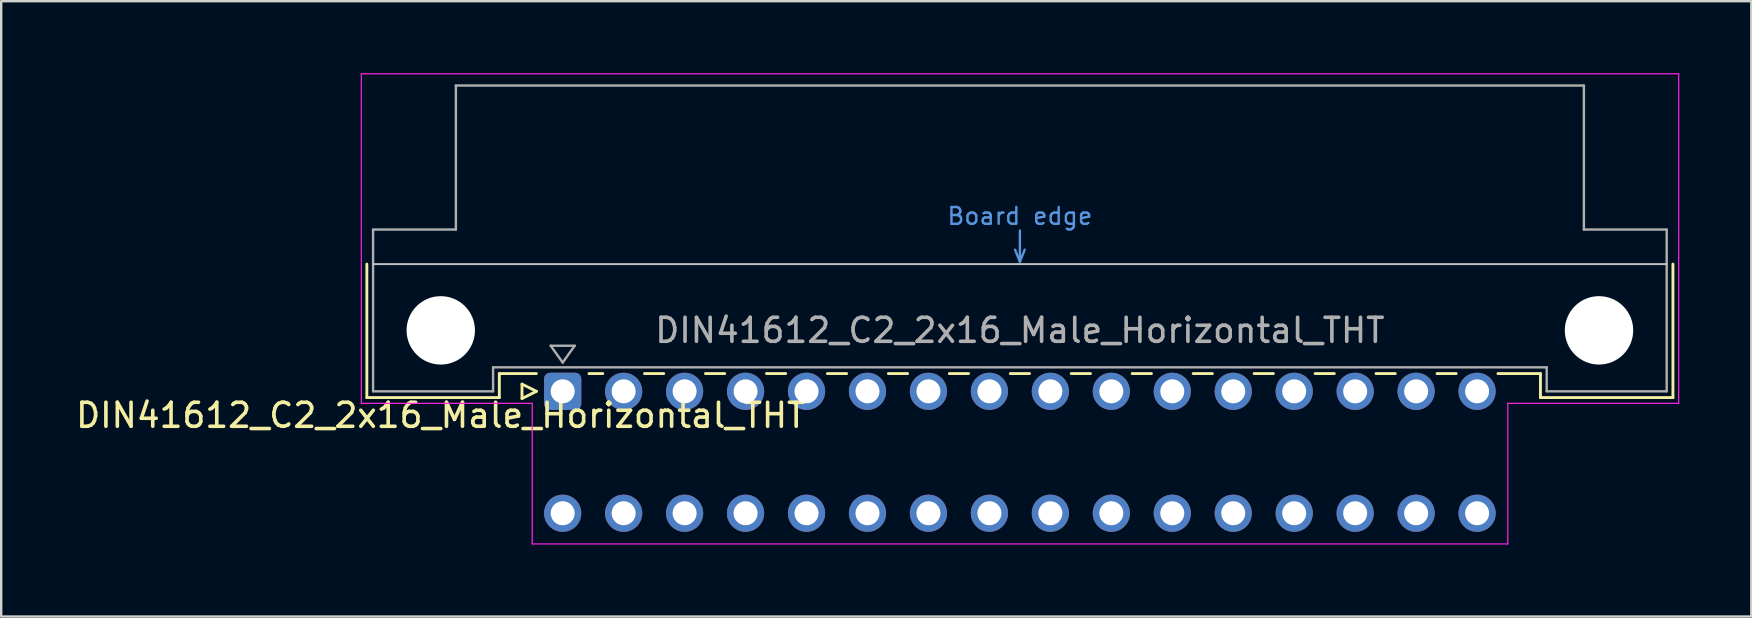
<source format=kicad_pcb>
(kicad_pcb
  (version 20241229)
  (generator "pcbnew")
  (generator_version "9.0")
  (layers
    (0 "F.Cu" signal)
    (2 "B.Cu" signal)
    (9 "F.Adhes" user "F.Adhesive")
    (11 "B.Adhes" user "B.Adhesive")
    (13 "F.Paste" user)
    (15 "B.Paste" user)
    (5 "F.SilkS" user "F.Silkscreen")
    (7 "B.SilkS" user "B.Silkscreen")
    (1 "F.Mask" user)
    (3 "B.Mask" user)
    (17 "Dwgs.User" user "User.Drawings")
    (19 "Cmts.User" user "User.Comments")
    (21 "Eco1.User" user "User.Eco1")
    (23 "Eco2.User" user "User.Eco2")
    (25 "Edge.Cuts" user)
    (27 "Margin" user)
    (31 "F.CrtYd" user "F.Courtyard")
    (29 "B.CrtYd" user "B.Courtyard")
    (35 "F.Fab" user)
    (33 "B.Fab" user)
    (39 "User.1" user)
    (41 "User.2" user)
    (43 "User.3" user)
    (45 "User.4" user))
  (footprint "DIN41612_C2_2x16_Male_Horizontal_THT"
    (layer "F.Cu")
    (at 20.395 13.255)
    (property "Reference" "DIN41612_C2_2x16_Male_Horizontal_THT" (at -5.08 1 0) (layer "F.SilkS") (effects (font (size 1 1) (thickness 0.15))))
    (attr through_hole)
    (fp_line (start -8.16 -5.3) (end -8.16 0.26) (stroke (width 0.12) (type solid)) (layer "F.SilkS"))
    (fp_line (start -8.16 0.26) (end -2.64 0.26) (stroke (width 0.12) (type solid)) (layer "F.SilkS"))
    (fp_line (start -2.64 -0.74) (end -1.095 -0.74) (stroke (width 0.12) (type solid)) (layer "F.SilkS"))
    (fp_line (start -2.64 0.26) (end -2.64 -0.74) (stroke (width 0.12) (type solid)) (layer "F.SilkS"))
    (fp_line (start -1.695 -0.3) (end -1.695 0.3) (stroke (width 0.12) (type solid)) (layer "F.SilkS"))
    (fp_line (start -1.695 0.3) (end -1.095 0) (stroke (width 0.12) (type solid)) (layer "F.SilkS"))
    (fp_line (start -1.095 0) (end -1.695 -0.3) (stroke (width 0.12) (type solid)) (layer "F.SilkS"))
    (fp_line (start 1.095 -0.74) (end 1.671 -0.74) (stroke (width 0.12) (type solid)) (layer "F.SilkS"))
    (fp_line (start 3.41 -0.74) (end 4.211 -0.74) (stroke (width 0.12) (type solid)) (layer "F.SilkS"))
    (fp_line (start 5.95 -0.74) (end 6.751 -0.74) (stroke (width 0.12) (type solid)) (layer "F.SilkS"))
    (fp_line (start 8.49 -0.74) (end 9.291 -0.74) (stroke (width 0.12) (type solid)) (layer "F.SilkS"))
    (fp_line (start 11.03 -0.74) (end 11.831 -0.74) (stroke (width 0.12) (type solid)) (layer "F.SilkS"))
    (fp_line (start 13.57 -0.74) (end 14.371 -0.74) (stroke (width 0.12) (type solid)) (layer "F.SilkS"))
    (fp_line (start 16.11 -0.74) (end 16.911 -0.74) (stroke (width 0.12) (type solid)) (layer "F.SilkS"))
    (fp_line (start 18.65 -0.74) (end 19.451 -0.74) (stroke (width 0.12) (type solid)) (layer "F.SilkS"))
    (fp_line (start 21.19 -0.74) (end 21.991 -0.74) (stroke (width 0.12) (type solid)) (layer "F.SilkS"))
    (fp_line (start 23.73 -0.74) (end 24.531 -0.74) (stroke (width 0.12) (type solid)) (layer "F.SilkS"))
    (fp_line (start 26.27 -0.74) (end 27.071 -0.74) (stroke (width 0.12) (type solid)) (layer "F.SilkS"))
    (fp_line (start 28.81 -0.74) (end 29.611 -0.74) (stroke (width 0.12) (type solid)) (layer "F.SilkS"))
    (fp_line (start 31.35 -0.74) (end 32.151 -0.74) (stroke (width 0.12) (type solid)) (layer "F.SilkS"))
    (fp_line (start 33.89 -0.74) (end 34.691 -0.74) (stroke (width 0.12) (type solid)) (layer "F.SilkS"))
    (fp_line (start 36.43 -0.74) (end 37.231 -0.74) (stroke (width 0.12) (type solid)) (layer "F.SilkS"))
    (fp_line (start 38.97 -0.74) (end 40.74 -0.74) (stroke (width 0.12) (type solid)) (layer "F.SilkS"))
    (fp_line (start 40.74 0.26) (end 40.74 -0.74) (stroke (width 0.12) (type solid)) (layer "F.SilkS"))
    (fp_line (start 46.26 -5.3) (end 46.26 0.26) (stroke (width 0.12) (type solid)) (layer "F.SilkS"))
    (fp_line (start 46.26 0.26) (end 40.74 0.26) (stroke (width 0.12) (type solid)) (layer "F.SilkS"))
    (fp_line (start -7.9 -5.3) (end 46 -5.3) (stroke (width 0.08) (type solid)) (layer "Dwgs.User"))
    (fp_line (start 18.85 -5.9) (end 19.05 -5.4) (stroke (width 0.1) (type solid)) (layer "Cmts.User"))
    (fp_line (start 19.05 -5.4) (end 19.05 -6.7) (stroke (width 0.1) (type solid)) (layer "Cmts.User"))
    (fp_line (start 19.05 -5.4) (end 19.25 -5.9) (stroke (width 0.1) (type solid)) (layer "Cmts.User"))
    (fp_line (start -8.39 -13.23) (end -8.39 0.5) (stroke (width 0.05) (type solid)) (layer "F.CrtYd"))
    (fp_line (start -8.39 0.5) (end -1.27 0.5) (stroke (width 0.05) (type solid)) (layer "F.CrtYd"))
    (fp_line (start -1.27 0.5) (end -1.27 6.36) (stroke (width 0.05) (type solid)) (layer "F.CrtYd"))
    (fp_line (start -1.27 6.36) (end 39.38 6.36) (stroke (width 0.05) (type solid)) (layer "F.CrtYd"))
    (fp_line (start 39.38 0.5) (end 46.5 0.5) (stroke (width 0.05) (type solid)) (layer "F.CrtYd"))
    (fp_line (start 39.38 6.36) (end 39.38 0.5) (stroke (width 0.05) (type solid)) (layer "F.CrtYd"))
    (fp_line (start 46.5 -13.23) (end -8.39 -13.23) (stroke (width 0.05) (type solid)) (layer "F.CrtYd"))
    (fp_line (start 46.5 0.5) (end 46.5 -13.23) (stroke (width 0.05) (type solid)) (layer "F.CrtYd"))
    (fp_line (start -7.9 -6.74) (end -7.9 0) (stroke (width 0.1) (type solid)) (layer "F.Fab"))
    (fp_line (start -7.9 0) (end -2.9 0) (stroke (width 0.1) (type solid)) (layer "F.Fab"))
    (fp_line (start -4.45 -12.74) (end -4.45 -6.74) (stroke (width 0.1) (type solid)) (layer "F.Fab"))
    (fp_line (start -4.45 -6.74) (end -7.9 -6.74) (stroke (width 0.1) (type solid)) (layer "F.Fab"))
    (fp_line (start -2.9 -1) (end 41 -1) (stroke (width 0.1) (type solid)) (layer "F.Fab"))
    (fp_line (start -2.9 0) (end -2.9 -1) (stroke (width 0.1) (type solid)) (layer "F.Fab"))
    (fp_line (start -0.5 -1.9) (end 0.5 -1.9) (stroke (width 0.1) (type solid)) (layer "F.Fab"))
    (fp_line (start 0 -1.2) (end -0.5 -1.9) (stroke (width 0.1) (type solid)) (layer "F.Fab"))
    (fp_line (start 0.5 -1.9) (end 0 -1.2) (stroke (width 0.1) (type solid)) (layer "F.Fab"))
    (fp_line (start 41 -1) (end 41 0) (stroke (width 0.1) (type solid)) (layer "F.Fab"))
    (fp_line (start 41 0) (end 46 0) (stroke (width 0.1) (type solid)) (layer "F.Fab"))
    (fp_line (start 42.55 -12.74) (end -4.45 -12.74) (stroke (width 0.1) (type solid)) (layer "F.Fab"))
    (fp_line (start 42.55 -6.74) (end 42.55 -12.74) (stroke (width 0.1) (type solid)) (layer "F.Fab"))
    (fp_line (start 46 -6.74) (end 42.55 -6.74) (stroke (width 0.1) (type solid)) (layer "F.Fab"))
    (fp_line (start 46 0) (end 46 -6.74) (stroke (width 0.1) (type solid)) (layer "F.Fab"))
    (fp_text user "Board edge" (at 19.05 -7.3 0) (layer "Cmts.User") (effects (font (size 0.7 0.7) (thickness 0.1))))
    (fp_text user "${REFERENCE}" (at 19.05 -2.54 0) (layer "F.Fab") (effects (font (size 1 1) (thickness 0.15))))
    (pad "" np_thru_hole circle (at -5.08 -2.54) (size 2.85 2.85) (drill 2.85) (layers "*.Cu" "*.Mask"))
    (pad "" np_thru_hole circle (at 43.18 -2.54) (size 2.85 2.85) (drill 2.85) (layers "*.Cu" "*.Mask"))
    (pad "a1" thru_hole roundrect (at 0 0) (size 1.55 1.55) (drill 1) (layers "*.Cu" "*.Mask") (roundrect_rratio 0.161))
    (pad "a2" thru_hole circle (at 2.54 0) (size 1.55 1.55) (drill 1) (layers "*.Cu" "*.Mask"))
    (pad "a3" thru_hole circle (at 5.08 0) (size 1.55 1.55) (drill 1) (layers "*.Cu" "*.Mask"))
    (pad "a4" thru_hole circle (at 7.62 0) (size 1.55 1.55) (drill 1) (layers "*.Cu" "*.Mask"))
    (pad "a5" thru_hole circle (at 10.16 0) (size 1.55 1.55) (drill 1) (layers "*.Cu" "*.Mask"))
    (pad "a6" thru_hole circle (at 12.7 0) (size 1.55 1.55) (drill 1) (layers "*.Cu" "*.Mask"))
    (pad "a7" thru_hole circle (at 15.24 0) (size 1.55 1.55) (drill 1) (layers "*.Cu" "*.Mask"))
    (pad "a8" thru_hole circle (at 17.78 0) (size 1.55 1.55) (drill 1) (layers "*.Cu" "*.Mask"))
    (pad "a9" thru_hole circle (at 20.32 0) (size 1.55 1.55) (drill 1) (layers "*.Cu" "*.Mask"))
    (pad "a10" thru_hole circle (at 22.86 0) (size 1.55 1.55) (drill 1) (layers "*.Cu" "*.Mask"))
    (pad "a11" thru_hole circle (at 25.4 0) (size 1.55 1.55) (drill 1) (layers "*.Cu" "*.Mask"))
    (pad "a12" thru_hole circle (at 27.94 0) (size 1.55 1.55) (drill 1) (layers "*.Cu" "*.Mask"))
    (pad "a13" thru_hole circle (at 30.48 0) (size 1.55 1.55) (drill 1) (layers "*.Cu" "*.Mask"))
    (pad "a14" thru_hole circle (at 33.02 0) (size 1.55 1.55) (drill 1) (layers "*.Cu" "*.Mask"))
    (pad "a15" thru_hole circle (at 35.56 0) (size 1.55 1.55) (drill 1) (layers "*.Cu" "*.Mask"))
    (pad "a16" thru_hole circle (at 38.1 0) (size 1.55 1.55) (drill 1) (layers "*.Cu" "*.Mask"))
    (pad "c1" thru_hole circle (at 0 5.08) (size 1.55 1.55) (drill 1) (layers "*.Cu" "*.Mask"))
    (pad "c2" thru_hole circle (at 2.54 5.08) (size 1.55 1.55) (drill 1) (layers "*.Cu" "*.Mask"))
    (pad "c3" thru_hole circle (at 5.08 5.08) (size 1.55 1.55) (drill 1) (layers "*.Cu" "*.Mask"))
    (pad "c4" thru_hole circle (at 7.62 5.08) (size 1.55 1.55) (drill 1) (layers "*.Cu" "*.Mask"))
    (pad "c5" thru_hole circle (at 10.16 5.08) (size 1.55 1.55) (drill 1) (layers "*.Cu" "*.Mask"))
    (pad "c6" thru_hole circle (at 12.7 5.08) (size 1.55 1.55) (drill 1) (layers "*.Cu" "*.Mask"))
    (pad "c7" thru_hole circle (at 15.24 5.08) (size 1.55 1.55) (drill 1) (layers "*.Cu" "*.Mask"))
    (pad "c8" thru_hole circle (at 17.78 5.08) (size 1.55 1.55) (drill 1) (layers "*.Cu" "*.Mask"))
    (pad "c9" thru_hole circle (at 20.32 5.08) (size 1.55 1.55) (drill 1) (layers "*.Cu" "*.Mask"))
    (pad "c10" thru_hole circle (at 22.86 5.08) (size 1.55 1.55) (drill 1) (layers "*.Cu" "*.Mask"))
    (pad "c11" thru_hole circle (at 25.4 5.08) (size 1.55 1.55) (drill 1) (layers "*.Cu" "*.Mask"))
    (pad "c12" thru_hole circle (at 27.94 5.08) (size 1.55 1.55) (drill 1) (layers "*.Cu" "*.Mask"))
    (pad "c13" thru_hole circle (at 30.48 5.08) (size 1.55 1.55) (drill 1) (layers "*.Cu" "*.Mask"))
    (pad "c14" thru_hole circle (at 33.02 5.08) (size 1.55 1.55) (drill 1) (layers "*.Cu" "*.Mask"))
    (pad "c15" thru_hole circle (at 35.56 5.08) (size 1.55 1.55) (drill 1) (layers "*.Cu" "*.Mask"))
    (pad "c16" thru_hole circle (at 38.1 5.08) (size 1.55 1.55) (drill 1) (layers "*.Cu" "*.Mask")))
  (gr_rect
    (start -3 -3)
    (end 69.92 22.64)
    (stroke (width 0.1) (type default))
    (fill no)
    (layer "Edge.Cuts")))
</source>
